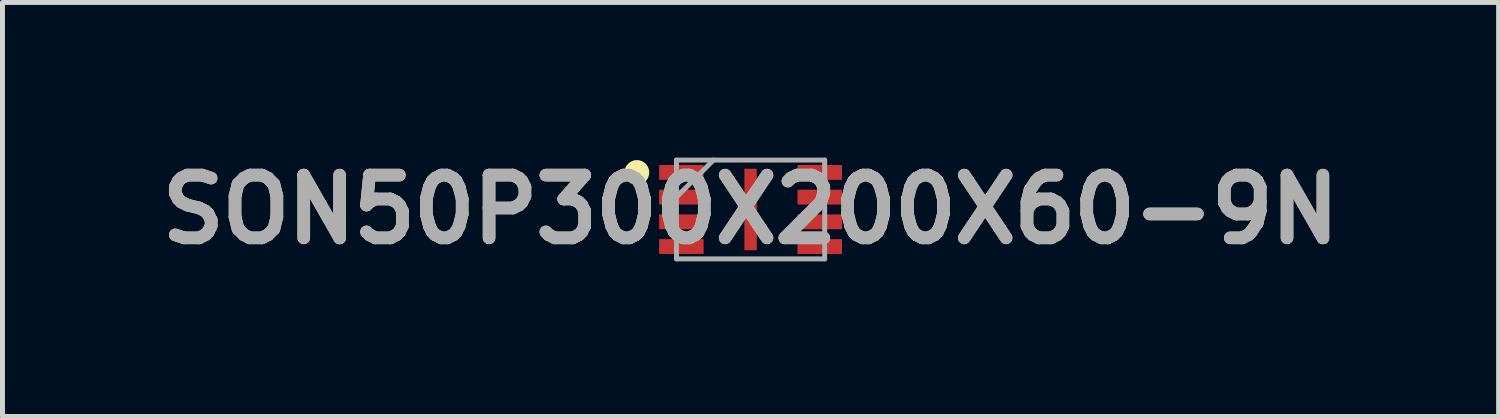
<source format=kicad_pcb>
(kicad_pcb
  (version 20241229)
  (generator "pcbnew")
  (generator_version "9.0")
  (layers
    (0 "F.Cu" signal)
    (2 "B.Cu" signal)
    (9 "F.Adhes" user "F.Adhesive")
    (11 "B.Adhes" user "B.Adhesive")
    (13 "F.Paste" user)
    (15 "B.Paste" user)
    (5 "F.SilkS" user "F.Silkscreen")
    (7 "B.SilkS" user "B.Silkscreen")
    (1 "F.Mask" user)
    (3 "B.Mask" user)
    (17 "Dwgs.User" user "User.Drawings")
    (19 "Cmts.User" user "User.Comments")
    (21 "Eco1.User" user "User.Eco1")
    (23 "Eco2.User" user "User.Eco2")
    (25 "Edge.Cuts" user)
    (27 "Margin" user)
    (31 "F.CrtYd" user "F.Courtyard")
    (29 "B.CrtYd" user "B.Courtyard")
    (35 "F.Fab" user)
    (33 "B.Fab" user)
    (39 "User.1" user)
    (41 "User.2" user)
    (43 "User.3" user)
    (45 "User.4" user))
  (footprint "SON50P300X200X60-9N"
    (layer "F.Cu")
    (at 12.138 1.189)
    (property "Reference" "SON50P300X200X60-9N" (at 0 0 0) (layer "F.SilkS") (effects (font (size 1.27 1.27) (thickness 0.254))))
    (attr smd)
    (fp_circle (center -2.3 -0.75) (end -2.175 -0.75) (stroke (width 0.25) (type solid)) (fill no) (layer "F.SilkS"))
    (fp_line (start -1.5 -1) (end 1.5 -1) (stroke (width 0.1) (type solid)) (layer "F.Fab"))
    (fp_line (start -1.5 -0.25) (end -0.75 -1) (stroke (width 0.1) (type solid)) (layer "F.Fab"))
    (fp_line (start -1.5 1) (end -1.5 -1) (stroke (width 0.1) (type solid)) (layer "F.Fab"))
    (fp_line (start 1.5 -1) (end 1.5 1) (stroke (width 0.1) (type solid)) (layer "F.Fab"))
    (fp_line (start 1.5 1) (end -1.5 1) (stroke (width 0.1) (type solid)) (layer "F.Fab"))
    (fp_text user "${REFERENCE}" (at 0 0 0) (layer "F.Fab") (effects (font (size 1.27 1.27) (thickness 0.254))))
    (pad "1" smd rect (at -1.4 -0.75 90) (size 0.3 0.9) (layers "F.Cu" "F.Mask" "F.Paste"))
    (pad "2" smd rect (at -1.4 -0.25 90) (size 0.3 0.9) (layers "F.Cu" "F.Mask" "F.Paste"))
    (pad "3" smd rect (at -1.4 0.25 90) (size 0.3 0.9) (layers "F.Cu" "F.Mask" "F.Paste"))
    (pad "4" smd rect (at -1.4 0.75 90) (size 0.3 0.9) (layers "F.Cu" "F.Mask" "F.Paste"))
    (pad "5" smd rect (at 1.4 0.75 90) (size 0.3 0.9) (layers "F.Cu" "F.Mask" "F.Paste"))
    (pad "6" smd rect (at 1.4 0.25 90) (size 0.3 0.9) (layers "F.Cu" "F.Mask" "F.Paste"))
    (pad "7" smd rect (at 1.4 -0.25 90) (size 0.3 0.9) (layers "F.Cu" "F.Mask" "F.Paste"))
    (pad "8" smd rect (at 1.4 -0.75 90) (size 0.3 0.9) (layers "F.Cu" "F.Mask" "F.Paste"))
    (pad "9" smd rect (at 0 0) (size 0.25 1.65) (layers "F.Cu" "F.Mask" "F.Paste")))
  (gr_rect
    (start -3 -3)
    (end 27.275 5.377)
    (stroke (width 0.1) (type default))
    (fill no)
    (layer "Edge.Cuts")))
</source>
